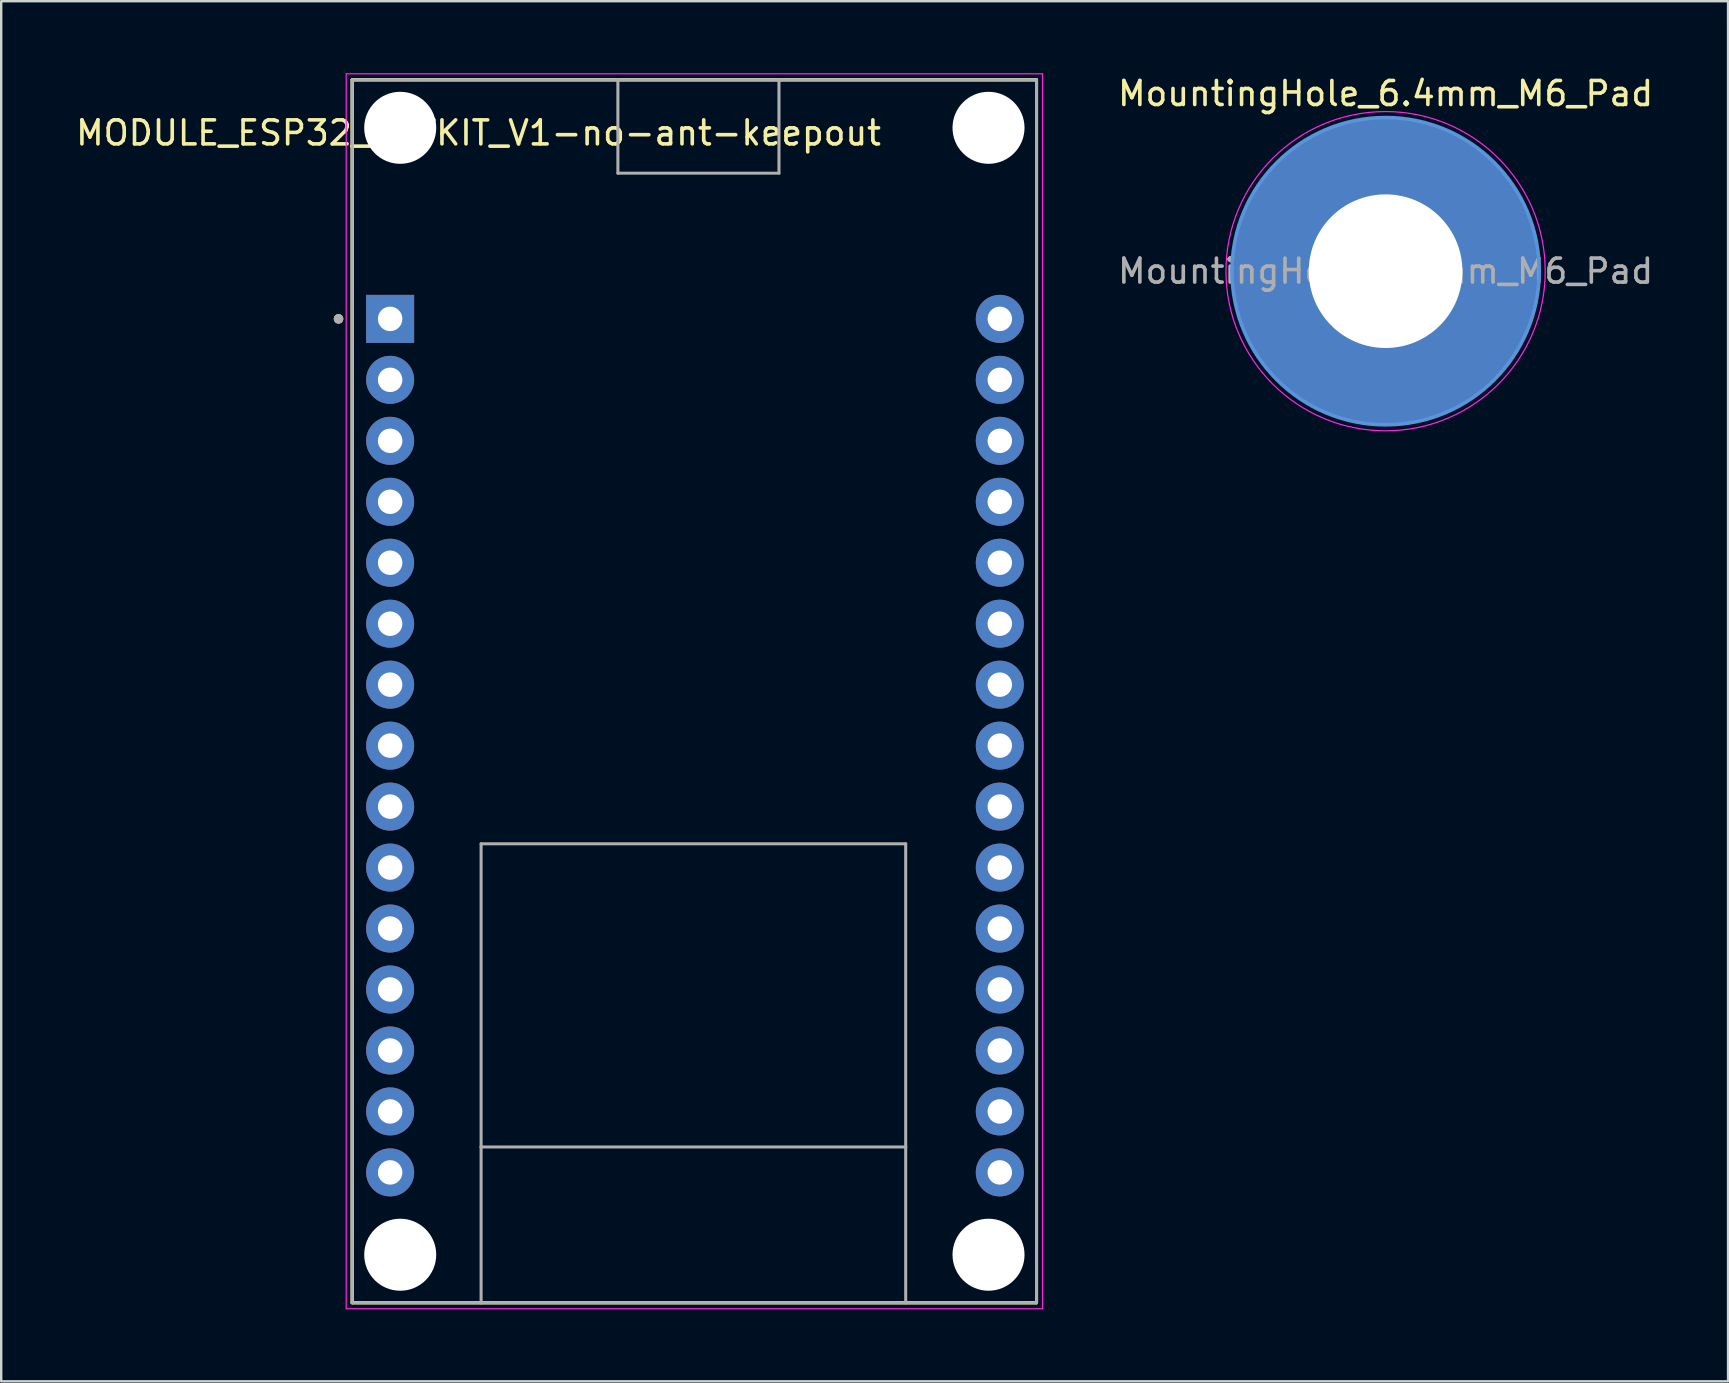
<source format=kicad_pcb>
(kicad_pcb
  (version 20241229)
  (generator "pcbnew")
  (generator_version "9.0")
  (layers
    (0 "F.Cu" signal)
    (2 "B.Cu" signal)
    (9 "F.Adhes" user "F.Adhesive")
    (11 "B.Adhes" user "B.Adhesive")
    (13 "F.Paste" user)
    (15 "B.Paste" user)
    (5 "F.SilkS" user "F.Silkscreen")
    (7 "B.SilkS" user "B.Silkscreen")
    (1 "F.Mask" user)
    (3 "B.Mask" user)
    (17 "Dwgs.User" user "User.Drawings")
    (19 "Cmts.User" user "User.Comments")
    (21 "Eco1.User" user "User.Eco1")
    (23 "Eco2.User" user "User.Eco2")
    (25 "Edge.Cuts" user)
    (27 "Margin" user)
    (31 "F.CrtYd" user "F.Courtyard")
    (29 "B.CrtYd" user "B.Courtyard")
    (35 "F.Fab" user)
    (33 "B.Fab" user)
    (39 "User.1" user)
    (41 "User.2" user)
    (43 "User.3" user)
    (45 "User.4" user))
  (footprint "MountingHole_6.4mm_M6_Pad"
    (layer "F.Cu")
    (at 54.677 8.248)
    (property "Reference" "MountingHole_6.4mm_M6_Pad" (at 0 -7.4 0) (layer "F.SilkS") (effects (font (size 1 1) (thickness 0.15))))
    (attr exclude_from_pos_files exclude_from_bom)
    (fp_circle (center 0 0) (end 6.4 0) (stroke (width 0.15) (type solid)) (fill no) (layer "Cmts.User"))
    (fp_circle (center 0 0) (end 6.65 0) (stroke (width 0.05) (type solid)) (fill no) (layer "F.CrtYd"))
    (fp_text user "${REFERENCE}" (at 0 0 0) (layer "F.Fab") (effects (font (size 1 1) (thickness 0.15))))
    (pad "1" thru_hole circle (at 0 0) (size 12.8 12.8) (drill 6.4) (layers "*.Cu" "*.Mask")))
  (footprint "MODULE_ESP32_DEVKIT_V1-no-ant-keepout"
    (layer "F.Cu")
    (at 25.904 25.75)
    (property "Reference" "MODULE_ESP32_DEVKIT_V1-no-ant-keepout" (at -9.017 -23.262 0) (layer "F.SilkS") (effects (font (size 1 1) (thickness 0.15))))
    (attr through_hole)
    (fp_line (start -14.28 -25.475) (end -3.211 -25.475) (stroke (width 0.127) (type solid)) (layer "F.SilkS"))
    (fp_line (start -14.28 -25.475) (end 14.23 -25.475) (stroke (width 0.127) (type solid)) (layer "F.SilkS"))
    (fp_line (start -14.28 25.475) (end -14.28 -25.475) (stroke (width 0.127) (type solid)) (layer "F.SilkS"))
    (fp_line (start -14.28 25.475) (end -14.28 -25.475) (stroke (width 0.127) (type solid)) (layer "F.SilkS"))
    (fp_line (start -14.28 25.475) (end -8.91 25.475) (stroke (width 0.127) (type solid)) (layer "F.SilkS"))
    (fp_line (start -8.91 25.475) (end 8.78 25.475) (stroke (width 0.127) (type solid)) (layer "F.SilkS"))
    (fp_line (start -3.211 -25.475) (end 3.5 -25.475) (stroke (width 0.127) (type solid)) (layer "F.SilkS"))
    (fp_line (start 3.5 -25.475) (end 14.23 -25.475) (stroke (width 0.127) (type solid)) (layer "F.SilkS"))
    (fp_line (start 8.78 25.475) (end 14.23 25.475) (stroke (width 0.127) (type solid)) (layer "F.SilkS"))
    (fp_line (start 14.23 -25.475) (end 14.23 25.475) (stroke (width 0.127) (type solid)) (layer "F.SilkS"))
    (fp_line (start 14.23 -25.475) (end 14.23 25.475) (stroke (width 0.127) (type solid)) (layer "F.SilkS"))
    (fp_line (start 14.23 25.475) (end -14.28 25.475) (stroke (width 0.127) (type solid)) (layer "F.SilkS"))
    (fp_circle (center -14.85 -15.515) (end -14.75 -15.515) (stroke (width 0.2) (type solid)) (fill no) (layer "F.SilkS"))
    (fp_line (start -14.53 -25.725) (end -14.53 25.725) (stroke (width 0.05) (type solid)) (layer "F.CrtYd"))
    (fp_line (start -14.53 25.725) (end 14.48 25.725) (stroke (width 0.05) (type solid)) (layer "F.CrtYd"))
    (fp_line (start 14.48 -25.725) (end -14.53 -25.725) (stroke (width 0.05) (type solid)) (layer "F.CrtYd"))
    (fp_line (start 14.48 25.725) (end 14.48 -25.725) (stroke (width 0.05) (type solid)) (layer "F.CrtYd"))
    (fp_line (start -14.28 -25.475) (end -3.211 -25.475) (stroke (width 0.127) (type solid)) (layer "F.Fab"))
    (fp_line (start -14.28 25.475) (end -14.28 -25.475) (stroke (width 0.127) (type solid)) (layer "F.Fab"))
    (fp_line (start -14.28 25.475) (end -8.91 25.475) (stroke (width 0.127) (type solid)) (layer "F.Fab"))
    (fp_line (start -8.91 6.355) (end 8.78 6.355) (stroke (width 0.127) (type solid)) (layer "F.Fab"))
    (fp_line (start -8.91 18.985) (end -8.91 6.355) (stroke (width 0.127) (type solid)) (layer "F.Fab"))
    (fp_line (start -8.91 18.985) (end 8.78 18.985) (stroke (width 0.127) (type solid)) (layer "F.Fab"))
    (fp_line (start -8.91 25.475) (end -8.91 18.985) (stroke (width 0.127) (type solid)) (layer "F.Fab"))
    (fp_line (start -8.91 25.475) (end 8.78 25.475) (stroke (width 0.127) (type solid)) (layer "F.Fab"))
    (fp_line (start -3.211 -25.475) (end 3.5 -25.475) (stroke (width 0.127) (type solid)) (layer "F.Fab"))
    (fp_line (start -3.211 -21.585) (end -3.211 -25.475) (stroke (width 0.127) (type solid)) (layer "F.Fab"))
    (fp_line (start 3.5 -25.475) (end 3.5 -21.585) (stroke (width 0.127) (type solid)) (layer "F.Fab"))
    (fp_line (start 3.5 -25.475) (end 14.23 -25.475) (stroke (width 0.127) (type solid)) (layer "F.Fab"))
    (fp_line (start 3.5 -21.585) (end -3.211 -21.585) (stroke (width 0.127) (type solid)) (layer "F.Fab"))
    (fp_line (start 8.78 6.355) (end 8.78 18.985) (stroke (width 0.127) (type solid)) (layer "F.Fab"))
    (fp_line (start 8.78 18.985) (end 8.78 25.475) (stroke (width 0.127) (type solid)) (layer "F.Fab"))
    (fp_line (start 8.78 25.475) (end 14.23 25.475) (stroke (width 0.127) (type solid)) (layer "F.Fab"))
    (fp_line (start 14.23 -25.475) (end 14.23 25.475) (stroke (width 0.127) (type solid)) (layer "F.Fab"))
    (fp_circle (center -14.85 -15.515) (end -14.75 -15.515) (stroke (width 0.2) (type solid)) (fill no) (layer "F.Fab"))
    (pad "" np_thru_hole circle (at -12.28 -23.475) (size 3 3) (drill 3) (layers "*.Cu" "*.Mask"))
    (pad "" np_thru_hole circle (at -12.28 23.475) (size 3 3) (drill 3) (layers "*.Cu" "*.Mask"))
    (pad "" np_thru_hole circle (at 12.23 -23.475) (size 3 3) (drill 3) (layers "*.Cu" "*.Mask"))
    (pad "" np_thru_hole circle (at 12.23 23.475) (size 3 3) (drill 3) (layers "*.Cu" "*.Mask"))
    (pad "1" thru_hole rect (at -12.7 -15.515) (size 2 2) (drill 1.02) (layers "*.Cu" "*.Mask"))
    (pad "2" thru_hole circle (at -12.7 -12.975) (size 2 2) (drill 1.02) (layers "*.Cu" "*.Mask"))
    (pad "3" thru_hole circle (at -12.7 -10.435) (size 2 2) (drill 1.02) (layers "*.Cu" "*.Mask"))
    (pad "4" thru_hole circle (at -12.7 -7.895) (size 2 2) (drill 1.02) (layers "*.Cu" "*.Mask"))
    (pad "5" thru_hole circle (at -12.7 -5.355) (size 2 2) (drill 1.02) (layers "*.Cu" "*.Mask"))
    (pad "6" thru_hole circle (at -12.7 -2.815) (size 2 2) (drill 1.02) (layers "*.Cu" "*.Mask"))
    (pad "7" thru_hole circle (at -12.7 -0.275) (size 2 2) (drill 1.02) (layers "*.Cu" "*.Mask"))
    (pad "8" thru_hole circle (at -12.7 2.265) (size 2 2) (drill 1.02) (layers "*.Cu" "*.Mask"))
    (pad "9" thru_hole circle (at -12.7 4.805) (size 2 2) (drill 1.02) (layers "*.Cu" "*.Mask"))
    (pad "10" thru_hole circle (at -12.7 7.345) (size 2 2) (drill 1.02) (layers "*.Cu" "*.Mask"))
    (pad "11" thru_hole circle (at -12.7 9.885) (size 2 2) (drill 1.02) (layers "*.Cu" "*.Mask"))
    (pad "12" thru_hole circle (at -12.7 12.425) (size 2 2) (drill 1.02) (layers "*.Cu" "*.Mask"))
    (pad "13" thru_hole circle (at -12.7 14.965) (size 2 2) (drill 1.02) (layers "*.Cu" "*.Mask"))
    (pad "14" thru_hole circle (at -12.7 17.505) (size 2 2) (drill 1.02) (layers "*.Cu" "*.Mask"))
    (pad "15" thru_hole circle (at -12.7 20.045) (size 2 2) (drill 1.02) (layers "*.Cu" "*.Mask"))
    (pad "16" thru_hole circle (at 12.7 20.045) (size 2 2) (drill 1.02) (layers "*.Cu" "*.Mask"))
    (pad "17" thru_hole circle (at 12.7 17.505) (size 2 2) (drill 1.02) (layers "*.Cu" "*.Mask"))
    (pad "18" thru_hole circle (at 12.7 14.965) (size 2 2) (drill 1.02) (layers "*.Cu" "*.Mask"))
    (pad "19" thru_hole circle (at 12.7 12.425) (size 2 2) (drill 1.02) (layers "*.Cu" "*.Mask"))
    (pad "20" thru_hole circle (at 12.7 9.885) (size 2 2) (drill 1.02) (layers "*.Cu" "*.Mask"))
    (pad "21" thru_hole circle (at 12.7 7.345) (size 2 2) (drill 1.02) (layers "*.Cu" "*.Mask"))
    (pad "22" thru_hole circle (at 12.7 4.805) (size 2 2) (drill 1.02) (layers "*.Cu" "*.Mask"))
    (pad "23" thru_hole circle (at 12.7 2.265) (size 2 2) (drill 1.02) (layers "*.Cu" "*.Mask"))
    (pad "24" thru_hole circle (at 12.7 -0.275) (size 2 2) (drill 1.02) (layers "*.Cu" "*.Mask"))
    (pad "25" thru_hole circle (at 12.7 -2.815) (size 2 2) (drill 1.02) (layers "*.Cu" "*.Mask"))
    (pad "26" thru_hole circle (at 12.7 -5.355) (size 2 2) (drill 1.02) (layers "*.Cu" "*.Mask"))
    (pad "27" thru_hole circle (at 12.7 -7.895) (size 2 2) (drill 1.02) (layers "*.Cu" "*.Mask"))
    (pad "28" thru_hole circle (at 12.7 -10.435) (size 2 2) (drill 1.02) (layers "*.Cu" "*.Mask"))
    (pad "29" thru_hole circle (at 12.7 -12.975) (size 2 2) (drill 1.02) (layers "*.Cu" "*.Mask"))
    (pad "30" thru_hole circle (at 12.7 -15.515) (size 2 2) (drill 1.02) (layers "*.Cu" "*.Mask")))
  (gr_rect
    (start -3 -3)
    (end 68.945 54.5)
    (stroke (width 0.1) (type default))
    (fill no)
    (layer "Edge.Cuts")))
</source>
